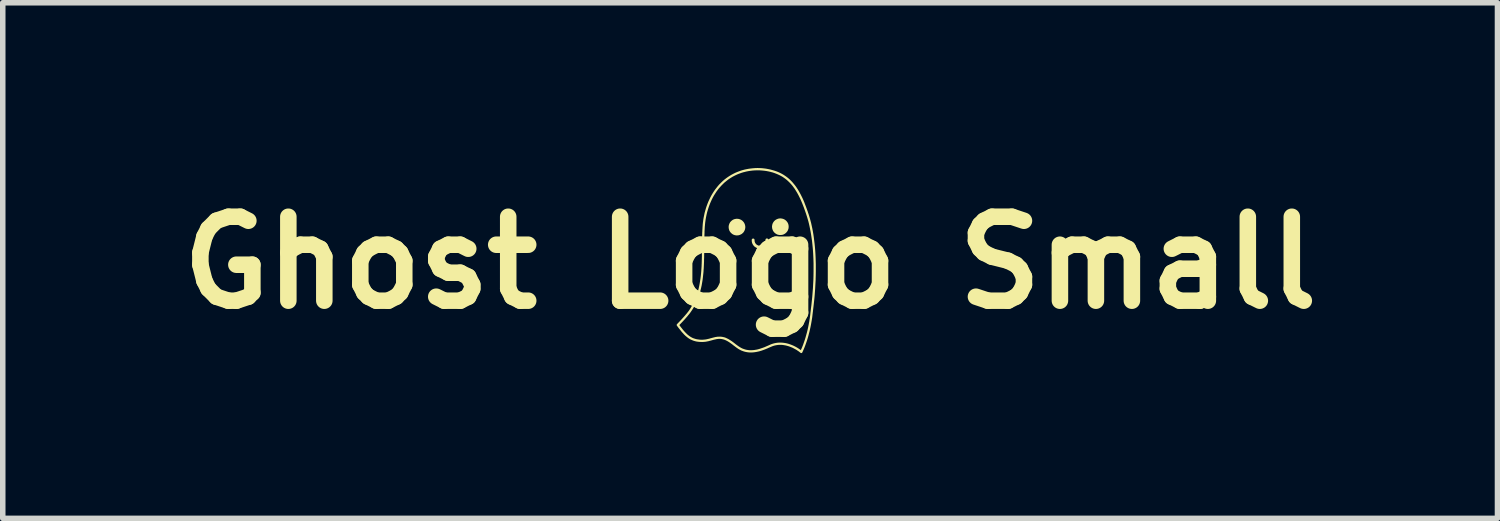
<source format=kicad_pcb>
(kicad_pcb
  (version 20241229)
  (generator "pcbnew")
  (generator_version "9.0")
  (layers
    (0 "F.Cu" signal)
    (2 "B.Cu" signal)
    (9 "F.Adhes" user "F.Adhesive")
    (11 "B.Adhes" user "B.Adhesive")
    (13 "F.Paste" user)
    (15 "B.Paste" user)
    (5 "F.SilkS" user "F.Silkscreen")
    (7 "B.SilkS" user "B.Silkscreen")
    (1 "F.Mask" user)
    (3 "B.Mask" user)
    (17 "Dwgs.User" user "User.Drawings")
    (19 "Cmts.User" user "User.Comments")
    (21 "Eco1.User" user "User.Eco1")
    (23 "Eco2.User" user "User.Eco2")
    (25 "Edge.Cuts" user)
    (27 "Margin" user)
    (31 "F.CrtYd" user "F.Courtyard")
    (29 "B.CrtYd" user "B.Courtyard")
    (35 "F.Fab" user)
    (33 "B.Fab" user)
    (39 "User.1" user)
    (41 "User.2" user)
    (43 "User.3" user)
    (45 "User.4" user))
  (footprint "Ghost Logo Small"
    (layer "F.Cu")
    (at 10.566 1.719)
    (property "Reference" "Ghost Logo Small" (at 0 0 0) (layer "F.SilkS") (effects (font (size 1.524 1.524) (thickness 0.3))))
    (attr board_only exclude_from_pos_files exclude_from_bom)
    (fp_poly (pts (xy 0.558 -0.804) (xy 0.573 -0.802) (xy 0.588 -0.799) (xy 0.602 -0.795) (xy 0.616 -0.789) (xy 0.629 -0.782) (xy 0.642 -0.773) (xy 0.653 -0.763) (xy 0.657 -0.76) (xy 0.667 -0.748) (xy 0.676 -0.736) (xy 0.684 -0.723) (xy 0.69 -0.709) (xy 0.695 -0.695) (xy 0.698 -0.68) (xy 0.7 -0.665) (xy 0.7 -0.65) (xy 0.699 -0.635) (xy 0.697 -0.62) (xy 0.692 -0.605) (xy 0.687 -0.591) (xy 0.684 -0.584) (xy 0.679 -0.576) (xy 0.674 -0.568) (xy 0.669 -0.561) (xy 0.663 -0.555) (xy 0.657 -0.547) (xy 0.656 -0.546) (xy 0.644 -0.536) (xy 0.633 -0.527) (xy 0.62 -0.52) (xy 0.607 -0.513) (xy 0.599 -0.51) (xy 0.591 -0.508) (xy 0.584 -0.506) (xy 0.576 -0.505) (xy 0.569 -0.504) (xy 0.56 -0.503) (xy 0.553 -0.503) (xy 0.547 -0.503) (xy 0.542 -0.503) (xy 0.537 -0.503) (xy 0.533 -0.503) (xy 0.53 -0.503) (xy 0.53 -0.503) (xy 0.521 -0.505) (xy 0.512 -0.507) (xy 0.503 -0.509) (xy 0.5 -0.51) (xy 0.485 -0.516) (xy 0.472 -0.524) (xy 0.459 -0.532) (xy 0.447 -0.542) (xy 0.437 -0.552) (xy 0.427 -0.564) (xy 0.419 -0.576) (xy 0.412 -0.59) (xy 0.407 -0.604) (xy 0.402 -0.618) (xy 0.4 -0.633) (xy 0.398 -0.648) (xy 0.398 -0.659) (xy 0.4 -0.675) (xy 0.403 -0.691) (xy 0.407 -0.705) (xy 0.413 -0.719) (xy 0.421 -0.733) (xy 0.429 -0.745) (xy 0.439 -0.757) (xy 0.45 -0.767) (xy 0.462 -0.777) (xy 0.476 -0.785) (xy 0.484 -0.789) (xy 0.498 -0.795) (xy 0.513 -0.8) (xy 0.528 -0.803) (xy 0.543 -0.804)) (stroke (width 0) (type solid)) (fill yes) (layer "F.SilkS"))
    (fp_poly (pts (xy -0.229 -0.797) (xy -0.213 -0.796) (xy -0.198 -0.792) (xy -0.19 -0.79) (xy -0.184 -0.788) (xy -0.176 -0.784) (xy -0.169 -0.781) (xy -0.161 -0.777) (xy -0.155 -0.773) (xy -0.151 -0.77) (xy -0.145 -0.766) (xy -0.139 -0.761) (xy -0.133 -0.755) (xy -0.128 -0.749) (xy -0.122 -0.744) (xy -0.12 -0.74) (xy -0.11 -0.728) (xy -0.103 -0.714) (xy -0.097 -0.7) (xy -0.092 -0.685) (xy -0.089 -0.67) (xy -0.087 -0.655) (xy -0.087 -0.639) (xy -0.089 -0.624) (xy -0.092 -0.608) (xy -0.095 -0.598) (xy -0.101 -0.584) (xy -0.108 -0.57) (xy -0.116 -0.557) (xy -0.126 -0.545) (xy -0.137 -0.535) (xy -0.148 -0.525) (xy -0.161 -0.517) (xy -0.175 -0.51) (xy -0.189 -0.504) (xy -0.205 -0.499) (xy -0.208 -0.499) (xy -0.212 -0.498) (xy -0.216 -0.497) (xy -0.22 -0.497) (xy -0.224 -0.497) (xy -0.229 -0.496) (xy -0.235 -0.496) (xy -0.24 -0.496) (xy -0.245 -0.496) (xy -0.249 -0.496) (xy -0.252 -0.496) (xy -0.254 -0.496) (xy -0.254 -0.496) (xy -0.262 -0.498) (xy -0.27 -0.499) (xy -0.276 -0.5) (xy -0.282 -0.502) (xy -0.282 -0.502) (xy -0.297 -0.507) (xy -0.311 -0.514) (xy -0.324 -0.522) (xy -0.336 -0.532) (xy -0.347 -0.542) (xy -0.357 -0.553) (xy -0.366 -0.566) (xy -0.374 -0.579) (xy -0.38 -0.594) (xy -0.384 -0.609) (xy -0.386 -0.616) (xy -0.387 -0.623) (xy -0.388 -0.632) (xy -0.389 -0.64) (xy -0.389 -0.649) (xy -0.389 -0.658) (xy -0.388 -0.665) (xy -0.386 -0.68) (xy -0.381 -0.695) (xy -0.376 -0.709) (xy -0.369 -0.723) (xy -0.361 -0.736) (xy -0.351 -0.747) (xy -0.34 -0.758) (xy -0.328 -0.768) (xy -0.316 -0.777) (xy -0.304 -0.783) (xy -0.29 -0.789) (xy -0.275 -0.793) (xy -0.26 -0.796) (xy -0.244 -0.798)) (stroke (width 0) (type solid)) (fill yes) (layer "F.SilkS"))
    (fp_poly (pts (xy 0.313 -0.44) (xy 0.318 -0.437) (xy 0.323 -0.434) (xy 0.324 -0.432) (xy 0.326 -0.43) (xy 0.328 -0.427) (xy 0.329 -0.424) (xy 0.33 -0.421) (xy 0.33 -0.419) (xy 0.33 -0.415) (xy 0.33 -0.415) (xy 0.33 -0.408) (xy 0.329 -0.399) (xy 0.328 -0.39) (xy 0.326 -0.381) (xy 0.324 -0.371) (xy 0.321 -0.362) (xy 0.319 -0.355) (xy 0.313 -0.34) (xy 0.307 -0.326) (xy 0.299 -0.314) (xy 0.29 -0.302) (xy 0.28 -0.292) (xy 0.27 -0.282) (xy 0.258 -0.275) (xy 0.248 -0.27) (xy 0.235 -0.264) (xy 0.22 -0.26) (xy 0.205 -0.257) (xy 0.189 -0.256) (xy 0.173 -0.256) (xy 0.167 -0.257) (xy 0.152 -0.259) (xy 0.137 -0.263) (xy 0.123 -0.268) (xy 0.109 -0.274) (xy 0.096 -0.282) (xy 0.084 -0.29) (xy 0.073 -0.3) (xy 0.067 -0.307) (xy 0.057 -0.319) (xy 0.049 -0.332) (xy 0.042 -0.346) (xy 0.036 -0.361) (xy 0.033 -0.376) (xy 0.03 -0.391) (xy 0.03 -0.407) (xy 0.03 -0.408) (xy 0.03 -0.413) (xy 0.03 -0.416) (xy 0.03 -0.419) (xy 0.031 -0.421) (xy 0.031 -0.423) (xy 0.032 -0.424) (xy 0.032 -0.425) (xy 0.036 -0.43) (xy 0.04 -0.434) (xy 0.045 -0.437) (xy 0.051 -0.438) (xy 0.056 -0.439) (xy 0.062 -0.438) (xy 0.067 -0.436) (xy 0.072 -0.433) (xy 0.076 -0.428) (xy 0.078 -0.425) (xy 0.079 -0.423) (xy 0.08 -0.421) (xy 0.08 -0.419) (xy 0.081 -0.417) (xy 0.081 -0.414) (xy 0.081 -0.41) (xy 0.081 -0.405) (xy 0.082 -0.396) (xy 0.083 -0.387) (xy 0.084 -0.38) (xy 0.087 -0.373) (xy 0.09 -0.365) (xy 0.092 -0.361) (xy 0.098 -0.351) (xy 0.106 -0.341) (xy 0.114 -0.333) (xy 0.124 -0.325) (xy 0.135 -0.319) (xy 0.146 -0.314) (xy 0.158 -0.31) (xy 0.17 -0.308) (xy 0.183 -0.307) (xy 0.195 -0.308) (xy 0.206 -0.31) (xy 0.216 -0.312) (xy 0.225 -0.316) (xy 0.233 -0.32) (xy 0.241 -0.326) (xy 0.246 -0.331) (xy 0.253 -0.339) (xy 0.259 -0.348) (xy 0.265 -0.358) (xy 0.27 -0.37) (xy 0.273 -0.383) (xy 0.277 -0.397) (xy 0.279 -0.412) (xy 0.28 -0.419) (xy 0.281 -0.424) (xy 0.283 -0.429) (xy 0.285 -0.432) (xy 0.288 -0.435) (xy 0.292 -0.437) (xy 0.295 -0.439) (xy 0.3 -0.44) (xy 0.307 -0.441)) (stroke (width 0) (type solid)) (fill yes) (layer "F.SilkS"))
    (fp_poly (pts (xy 0.175 -1.718) (xy 0.214 -1.716) (xy 0.253 -1.712) (xy 0.291 -1.707) (xy 0.329 -1.7) (xy 0.367 -1.692) (xy 0.404 -1.682) (xy 0.441 -1.671) (xy 0.477 -1.659) (xy 0.513 -1.645) (xy 0.521 -1.641) (xy 0.551 -1.627) (xy 0.58 -1.612) (xy 0.609 -1.595) (xy 0.636 -1.577) (xy 0.663 -1.558) (xy 0.69 -1.537) (xy 0.715 -1.515) (xy 0.74 -1.491) (xy 0.764 -1.466) (xy 0.787 -1.439) (xy 0.81 -1.411) (xy 0.832 -1.382) (xy 0.853 -1.351) (xy 0.87 -1.324) (xy 0.885 -1.299) (xy 0.9 -1.272) (xy 0.915 -1.245) (xy 0.929 -1.217) (xy 0.944 -1.187) (xy 0.958 -1.157) (xy 0.972 -1.125) (xy 0.986 -1.091) (xy 0.999 -1.056) (xy 1.013 -1.02) (xy 1.027 -0.982) (xy 1.028 -0.979) (xy 1.037 -0.953) (xy 1.046 -0.929) (xy 1.053 -0.906) (xy 1.061 -0.884) (xy 1.068 -0.863) (xy 1.074 -0.842) (xy 1.08 -0.822) (xy 1.086 -0.803) (xy 1.091 -0.783) (xy 1.095 -0.769) (xy 1.108 -0.72) (xy 1.119 -0.67) (xy 1.13 -0.619) (xy 1.14 -0.567) (xy 1.149 -0.513) (xy 1.157 -0.458) (xy 1.164 -0.401) (xy 1.171 -0.344) (xy 1.177 -0.285) (xy 1.182 -0.225) (xy 1.186 -0.164) (xy 1.189 -0.102) (xy 1.191 -0.039) (xy 1.193 0.025) (xy 1.193 0.09) (xy 1.193 0.156) (xy 1.192 0.223) (xy 1.19 0.291) (xy 1.19 0.31) (xy 1.187 0.363) (xy 1.184 0.418) (xy 1.181 0.473) (xy 1.177 0.529) (xy 1.173 0.585) (xy 1.168 0.64) (xy 1.162 0.696) (xy 1.156 0.75) (xy 1.15 0.803) (xy 1.144 0.852) (xy 1.143 0.86) (xy 1.142 0.869) (xy 1.141 0.879) (xy 1.14 0.888) (xy 1.139 0.897) (xy 1.138 0.902) (xy 1.133 0.945) (xy 1.128 0.989) (xy 1.121 1.034) (xy 1.113 1.08) (xy 1.105 1.125) (xy 1.096 1.17) (xy 1.086 1.215) (xy 1.076 1.259) (xy 1.072 1.272) (xy 1.06 1.32) (xy 1.047 1.366) (xy 1.033 1.411) (xy 1.018 1.455) (xy 1.003 1.497) (xy 0.987 1.539) (xy 0.97 1.579) (xy 0.957 1.608) (xy 0.954 1.615) (xy 0.951 1.621) (xy 0.949 1.626) (xy 0.947 1.63) (xy 0.945 1.632) (xy 0.944 1.635) (xy 0.942 1.636) (xy 0.94 1.637) (xy 0.938 1.638) (xy 0.938 1.639) (xy 0.934 1.64) (xy 0.929 1.64) (xy 0.925 1.64) (xy 0.925 1.64) (xy 0.923 1.64) (xy 0.921 1.639) (xy 0.92 1.638) (xy 0.918 1.637) (xy 0.915 1.635) (xy 0.912 1.632) (xy 0.907 1.629) (xy 0.906 1.628) (xy 0.886 1.612) (xy 0.865 1.598) (xy 0.843 1.583) (xy 0.82 1.57) (xy 0.796 1.557) (xy 0.773 1.545) (xy 0.757 1.538) (xy 0.729 1.527) (xy 0.702 1.517) (xy 0.674 1.509) (xy 0.647 1.502) (xy 0.619 1.497) (xy 0.593 1.493) (xy 0.566 1.491) (xy 0.539 1.491) (xy 0.513 1.492) (xy 0.488 1.495) (xy 0.466 1.499) (xy 0.455 1.501) (xy 0.444 1.504) (xy 0.434 1.506) (xy 0.424 1.51) (xy 0.413 1.513) (xy 0.403 1.517) (xy 0.391 1.522) (xy 0.379 1.527) (xy 0.365 1.533) (xy 0.36 1.535) (xy 0.334 1.546) (xy 0.311 1.557) (xy 0.288 1.566) (xy 0.266 1.575) (xy 0.245 1.583) (xy 0.225 1.59) (xy 0.205 1.597) (xy 0.187 1.602) (xy 0.168 1.608) (xy 0.15 1.612) (xy 0.132 1.616) (xy 0.114 1.62) (xy 0.111 1.62) (xy 0.087 1.624) (xy 0.062 1.627) (xy 0.038 1.629) (xy 0.014 1.629) (xy -0.01 1.629) (xy -0.033 1.627) (xy -0.041 1.626) (xy -0.067 1.622) (xy -0.091 1.617) (xy -0.115 1.61) (xy -0.138 1.602) (xy -0.161 1.593) (xy -0.183 1.582) (xy -0.205 1.569) (xy -0.209 1.567) (xy -0.216 1.563) (xy -0.223 1.558) (xy -0.23 1.553) (xy -0.237 1.548) (xy -0.245 1.543) (xy -0.253 1.537) (xy -0.262 1.53) (xy -0.272 1.523) (xy -0.283 1.514) (xy -0.295 1.505) (xy -0.297 1.504) (xy -0.311 1.493) (xy -0.323 1.483) (xy -0.335 1.474) (xy -0.346 1.467) (xy -0.356 1.459) (xy -0.365 1.453) (xy -0.374 1.447) (xy -0.382 1.441) (xy -0.391 1.436) (xy -0.399 1.431) (xy -0.407 1.426) (xy -0.415 1.422) (xy -0.418 1.42) (xy -0.438 1.41) (xy -0.458 1.401) (xy -0.478 1.394) (xy -0.498 1.389) (xy -0.518 1.385) (xy -0.537 1.383) (xy -0.557 1.382) (xy -0.576 1.383) (xy -0.584 1.384) (xy -0.592 1.385) (xy -0.601 1.386) (xy -0.61 1.388) (xy -0.619 1.389) (xy -0.629 1.392) (xy -0.64 1.394) (xy -0.652 1.397) (xy -0.665 1.4) (xy -0.679 1.404) (xy -0.694 1.408) (xy -0.697 1.409) (xy -0.715 1.414) (xy -0.731 1.418) (xy -0.747 1.422) (xy -0.761 1.426) (xy -0.775 1.428) (xy -0.788 1.431) (xy -0.8 1.433) (xy -0.812 1.435) (xy -0.824 1.436) (xy -0.835 1.437) (xy -0.847 1.438) (xy -0.859 1.438) (xy -0.866 1.439) (xy -0.895 1.438) (xy -0.922 1.437) (xy -0.949 1.434) (xy -0.975 1.43) (xy -1 1.424) (xy -1.024 1.417) (xy -1.047 1.408) (xy -1.07 1.398) (xy -1.092 1.387) (xy -1.113 1.374) (xy -1.126 1.365) (xy -1.138 1.356) (xy -1.149 1.347) (xy -1.161 1.337) (xy -1.173 1.327) (xy -1.185 1.315) (xy -1.198 1.303) (xy -1.21 1.289) (xy -1.223 1.275) (xy -1.237 1.26) (xy -1.251 1.243) (xy -1.265 1.225) (xy -1.28 1.206) (xy -1.296 1.186) (xy -1.304 1.176) (xy -1.309 1.168) (xy -1.314 1.162) (xy -1.319 1.156) (xy -1.322 1.152) (xy -1.325 1.148) (xy -1.327 1.145) (xy -1.328 1.143) (xy -1.33 1.141) (xy -1.33 1.139) (xy -1.331 1.138) (xy -1.331 1.137) (xy -1.332 1.136) (xy -1.332 1.133) (xy -1.284 1.133) (xy -1.283 1.134) (xy -1.282 1.136) (xy -1.28 1.139) (xy -1.277 1.142) (xy -1.274 1.146) (xy -1.257 1.169) (xy -1.239 1.191) (xy -1.223 1.212) (xy -1.207 1.231) (xy -1.191 1.249) (xy -1.176 1.265) (xy -1.161 1.28) (xy -1.147 1.294) (xy -1.134 1.306) (xy -1.12 1.317) (xy -1.11 1.325) (xy -1.092 1.338) (xy -1.074 1.349) (xy -1.056 1.359) (xy -1.038 1.368) (xy -1.018 1.375) (xy -0.999 1.381) (xy -0.978 1.387) (xy -0.956 1.391) (xy -0.933 1.394) (xy -0.928 1.395) (xy -0.908 1.397) (xy -0.888 1.398) (xy -0.868 1.398) (xy -0.848 1.397) (xy -0.828 1.395) (xy -0.808 1.393) (xy -0.787 1.389) (xy -0.765 1.384) (xy -0.751 1.381) (xy -0.747 1.38) (xy -0.742 1.379) (xy -0.736 1.377) (xy -0.73 1.375) (xy -0.722 1.373) (xy -0.714 1.371) (xy -0.706 1.369) (xy -0.7 1.367) (xy -0.687 1.364) (xy -0.675 1.36) (xy -0.664 1.358) (xy -0.654 1.355) (xy -0.645 1.353) (xy -0.637 1.351) (xy -0.629 1.349) (xy -0.621 1.348) (xy -0.614 1.347) (xy -0.607 1.346) (xy -0.599 1.344) (xy -0.598 1.344) (xy -0.592 1.344) (xy -0.585 1.343) (xy -0.576 1.343) (xy -0.567 1.342) (xy -0.558 1.342) (xy -0.549 1.342) (xy -0.541 1.342) (xy -0.534 1.342) (xy -0.528 1.343) (xy -0.509 1.345) (xy -0.49 1.349) (xy -0.471 1.353) (xy -0.452 1.359) (xy -0.433 1.367) (xy -0.414 1.376) (xy -0.394 1.386) (xy -0.374 1.398) (xy -0.355 1.41) (xy -0.349 1.414) (xy -0.343 1.418) (xy -0.337 1.422) (xy -0.33 1.426) (xy -0.324 1.431) (xy -0.317 1.436) (xy -0.309 1.442) (xy -0.301 1.448) (xy -0.291 1.456) (xy -0.281 1.464) (xy -0.276 1.467) (xy -0.264 1.477) (xy -0.253 1.486) (xy -0.242 1.493) (xy -0.233 1.5) (xy -0.225 1.506) (xy -0.217 1.512) (xy -0.209 1.517) (xy -0.202 1.522) (xy -0.195 1.526) (xy -0.189 1.531) (xy -0.182 1.535) (xy -0.181 1.535) (xy -0.16 1.547) (xy -0.138 1.558) (xy -0.115 1.566) (xy -0.092 1.574) (xy -0.069 1.58) (xy -0.044 1.584) (xy -0.019 1.587) (xy -0.007 1.588) (xy 0.002 1.588) (xy 0.011 1.588) (xy 0.022 1.588) (xy 0.033 1.588) (xy 0.043 1.587) (xy 0.053 1.587) (xy 0.055 1.586) (xy 0.072 1.585) (xy 0.09 1.582) (xy 0.108 1.579) (xy 0.126 1.576) (xy 0.145 1.571) (xy 0.164 1.566) (xy 0.184 1.56) (xy 0.204 1.553) (xy 0.225 1.546) (xy 0.248 1.538) (xy 0.271 1.529) (xy 0.295 1.518) (xy 0.321 1.507) (xy 0.346 1.496) (xy 0.357 1.491) (xy 0.366 1.487) (xy 0.375 1.483) (xy 0.383 1.48) (xy 0.39 1.477) (xy 0.397 1.475) (xy 0.405 1.472) (xy 0.413 1.47) (xy 0.418 1.468) (xy 0.445 1.461) (xy 0.471 1.456) (xy 0.498 1.452) (xy 0.526 1.45) (xy 0.553 1.45) (xy 0.581 1.451) (xy 0.609 1.454) (xy 0.638 1.458) (xy 0.667 1.464) (xy 0.696 1.472) (xy 0.697 1.472) (xy 0.724 1.481) (xy 0.751 1.491) (xy 0.778 1.502) (xy 0.805 1.515) (xy 0.832 1.529) (xy 0.858 1.544) (xy 0.883 1.56) (xy 0.907 1.577) (xy 0.909 1.578) (xy 0.913 1.581) (xy 0.917 1.584) (xy 0.919 1.585) (xy 0.921 1.586) (xy 0.922 1.587) (xy 0.922 1.586) (xy 0.923 1.584) (xy 0.924 1.581) (xy 0.926 1.577) (xy 0.928 1.572) (xy 0.929 1.57) (xy 0.946 1.531) (xy 0.962 1.49) (xy 0.977 1.447) (xy 0.992 1.404) (xy 1.006 1.359) (xy 1.019 1.312) (xy 1.032 1.265) (xy 1.044 1.216) (xy 1.055 1.167) (xy 1.057 1.155) (xy 1.063 1.127) (xy 1.068 1.098) (xy 1.074 1.068) (xy 1.078 1.039) (xy 1.083 1.01) (xy 1.087 0.981) (xy 1.091 0.953) (xy 1.094 0.926) (xy 1.097 0.9) (xy 1.097 0.899) (xy 1.098 0.893) (xy 1.099 0.885) (xy 1.1 0.877) (xy 1.101 0.868) (xy 1.102 0.859) (xy 1.103 0.851) (xy 1.103 0.845) (xy 1.113 0.768) (xy 1.121 0.69) (xy 1.129 0.613) (xy 1.135 0.536) (xy 1.141 0.459) (xy 1.145 0.383) (xy 1.149 0.308) (xy 1.151 0.233) (xy 1.152 0.159) (xy 1.152 0.086) (xy 1.152 0.014) (xy 1.15 -0.057) (xy 1.148 -0.106) (xy 1.145 -0.167) (xy 1.141 -0.226) (xy 1.136 -0.284) (xy 1.13 -0.342) (xy 1.124 -0.398) (xy 1.116 -0.453) (xy 1.108 -0.507) (xy 1.099 -0.56) (xy 1.089 -0.611) (xy 1.079 -0.661) (xy 1.068 -0.71) (xy 1.056 -0.758) (xy 1.046 -0.791) (xy 1.041 -0.809) (xy 1.035 -0.828) (xy 1.029 -0.848) (xy 1.022 -0.869) (xy 1.015 -0.891) (xy 1.007 -0.914) (xy 0.999 -0.937) (xy 0.991 -0.96) (xy 0.983 -0.982) (xy 0.975 -1.005) (xy 0.966 -1.027) (xy 0.963 -1.036) (xy 0.947 -1.076) (xy 0.931 -1.114) (xy 0.915 -1.151) (xy 0.898 -1.186) (xy 0.881 -1.22) (xy 0.864 -1.252) (xy 0.846 -1.283) (xy 0.828 -1.312) (xy 0.81 -1.341) (xy 0.791 -1.367) (xy 0.772 -1.393) (xy 0.752 -1.417) (xy 0.731 -1.44) (xy 0.71 -1.462) (xy 0.689 -1.482) (xy 0.667 -1.502) (xy 0.644 -1.52) (xy 0.642 -1.522) (xy 0.617 -1.54) (xy 0.591 -1.558) (xy 0.563 -1.574) (xy 0.534 -1.589) (xy 0.504 -1.603) (xy 0.473 -1.616) (xy 0.441 -1.628) (xy 0.408 -1.639) (xy 0.373 -1.648) (xy 0.371 -1.649) (xy 0.335 -1.657) (xy 0.299 -1.664) (xy 0.263 -1.669) (xy 0.227 -1.673) (xy 0.19 -1.676) (xy 0.164 -1.677) (xy 0.123 -1.677) (xy 0.083 -1.676) (xy 0.044 -1.673) (xy 0.004 -1.668) (xy -0.035 -1.662) (xy -0.074 -1.654) (xy -0.112 -1.644) (xy -0.115 -1.644) (xy -0.152 -1.633) (xy -0.188 -1.62) (xy -0.223 -1.607) (xy -0.258 -1.591) (xy -0.291 -1.575) (xy -0.324 -1.557) (xy -0.356 -1.537) (xy -0.387 -1.517) (xy -0.417 -1.494) (xy -0.443 -1.473) (xy -0.463 -1.457) (xy -0.482 -1.439) (xy -0.501 -1.42) (xy -0.52 -1.401) (xy -0.538 -1.381) (xy -0.555 -1.362) (xy -0.561 -1.356) (xy -0.585 -1.325) (xy -0.609 -1.293) (xy -0.631 -1.259) (xy -0.653 -1.225) (xy -0.673 -1.19) (xy -0.692 -1.153) (xy -0.709 -1.116) (xy -0.726 -1.077) (xy -0.741 -1.038) (xy -0.755 -0.998) (xy -0.768 -0.957) (xy -0.78 -0.915) (xy -0.79 -0.873) (xy -0.799 -0.83) (xy -0.807 -0.786) (xy -0.813 -0.743) (xy -0.815 -0.73) (xy -0.816 -0.716) (xy -0.818 -0.702) (xy -0.819 -0.687) (xy -0.82 -0.672) (xy -0.822 -0.656) (xy -0.823 -0.639) (xy -0.824 -0.622) (xy -0.825 -0.604) (xy -0.826 -0.586) (xy -0.827 -0.566) (xy -0.827 -0.545) (xy -0.828 -0.524) (xy -0.829 -0.501) (xy -0.829 -0.477) (xy -0.83 -0.452) (xy -0.83 -0.426) (xy -0.831 -0.398) (xy -0.831 -0.369) (xy -0.832 -0.339) (xy -0.832 -0.307) (xy -0.832 -0.274) (xy -0.832 -0.264) (xy -0.833 -0.229) (xy -0.833 -0.195) (xy -0.833 -0.164) (xy -0.834 -0.133) (xy -0.834 -0.104) (xy -0.835 -0.076) (xy -0.836 -0.05) (xy -0.836 -0.024) (xy -0.837 0.000058) (xy -0.838 0.024) (xy -0.839 0.046) (xy -0.84 0.068) (xy -0.841 0.089) (xy -0.842 0.11) (xy -0.844 0.129) (xy -0.845 0.149) (xy -0.846 0.168) (xy -0.848 0.187) (xy -0.85 0.205) (xy -0.852 0.223) (xy -0.854 0.241) (xy -0.856 0.26) (xy -0.857 0.269) (xy -0.863 0.317) (xy -0.871 0.365) (xy -0.879 0.411) (xy -0.889 0.456) (xy -0.9 0.5) (xy -0.911 0.542) (xy -0.924 0.584) (xy -0.938 0.624) (xy -0.952 0.663) (xy -0.968 0.701) (xy -0.985 0.738) (xy -1.003 0.774) (xy -1.022 0.809) (xy -1.043 0.843) (xy -1.064 0.875) (xy -1.08 0.898) (xy -1.089 0.911) (xy -1.099 0.924) (xy -1.111 0.939) (xy -1.124 0.954) (xy -1.137 0.971) (xy -1.152 0.988) (xy -1.168 1.006) (xy -1.184 1.025) (xy -1.202 1.044) (xy -1.22 1.064) (xy -1.239 1.084) (xy -1.259 1.105) (xy -1.271 1.117) (xy -1.276 1.123) (xy -1.28 1.127) (xy -1.282 1.13) (xy -1.284 1.132) (xy -1.284 1.133) (xy -1.332 1.133) (xy -1.333 1.132) (xy -1.333 1.129) (xy -1.332 1.126) (xy -1.331 1.123) (xy -1.331 1.122) (xy -1.33 1.121) (xy -1.33 1.119) (xy -1.328 1.118) (xy -1.326 1.116) (xy -1.324 1.113) (xy -1.321 1.109) (xy -1.317 1.105) (xy -1.312 1.1) (xy -1.31 1.098) (xy -1.289 1.076) (xy -1.268 1.054) (xy -1.249 1.034) (xy -1.231 1.014) (xy -1.213 0.994) (xy -1.197 0.976) (xy -1.181 0.958) (xy -1.167 0.941) (xy -1.153 0.925) (xy -1.141 0.91) (xy -1.13 0.896) (xy -1.12 0.883) (xy -1.114 0.875) (xy -1.093 0.845) (xy -1.074 0.814) (xy -1.056 0.783) (xy -1.038 0.751) (xy -1.022 0.718) (xy -1.006 0.685) (xy -0.991 0.65) (xy -0.978 0.614) (xy -0.965 0.577) (xy -0.953 0.54) (xy -0.942 0.501) (xy -0.932 0.461) (xy -0.923 0.42) (xy -0.915 0.377) (xy -0.908 0.333) (xy -0.901 0.289) (xy -0.895 0.242) (xy -0.89 0.195) (xy -0.886 0.148) (xy -0.885 0.133) (xy -0.884 0.118) (xy -0.883 0.103) (xy -0.882 0.088) (xy -0.881 0.073) (xy -0.88 0.057) (xy -0.88 0.041) (xy -0.879 0.025) (xy -0.878 0.009) (xy -0.878 -0.008) (xy -0.877 -0.026) (xy -0.877 -0.045) (xy -0.876 -0.064) (xy -0.876 -0.085) (xy -0.875 -0.106) (xy -0.875 -0.128) (xy -0.875 -0.152) (xy -0.874 -0.177) (xy -0.874 -0.203) (xy -0.874 -0.231) (xy -0.873 -0.26) (xy -0.873 -0.266) (xy -0.873 -0.293) (xy -0.873 -0.318) (xy -0.873 -0.341) (xy -0.872 -0.363) (xy -0.872 -0.384) (xy -0.872 -0.403) (xy -0.872 -0.422) (xy -0.871 -0.439) (xy -0.871 -0.456) (xy -0.871 -0.472) (xy -0.87 -0.487) (xy -0.87 -0.502) (xy -0.869 -0.516) (xy -0.869 -0.529) (xy -0.869 -0.542) (xy -0.868 -0.555) (xy -0.867 -0.568) (xy -0.867 -0.581) (xy -0.866 -0.594) (xy -0.866 -0.6) (xy -0.864 -0.625) (xy -0.863 -0.649) (xy -0.861 -0.672) (xy -0.86 -0.693) (xy -0.858 -0.713) (xy -0.856 -0.733) (xy -0.853 -0.752) (xy -0.851 -0.771) (xy -0.848 -0.789) (xy -0.845 -0.808) (xy -0.843 -0.818) (xy -0.834 -0.863) (xy -0.825 -0.906) (xy -0.813 -0.949) (xy -0.801 -0.991) (xy -0.787 -1.033) (xy -0.772 -1.073) (xy -0.756 -1.113) (xy -0.738 -1.151) (xy -0.72 -1.189) (xy -0.7 -1.226) (xy -0.679 -1.261) (xy -0.657 -1.296) (xy -0.634 -1.329) (xy -0.609 -1.361) (xy -0.587 -1.389) (xy -0.578 -1.399) (xy -0.569 -1.41) (xy -0.559 -1.421) (xy -0.548 -1.432) (xy -0.538 -1.442) (xy -0.527 -1.453) (xy -0.517 -1.463) (xy -0.507 -1.472) (xy -0.498 -1.481) (xy -0.496 -1.483) (xy -0.466 -1.509) (xy -0.435 -1.533) (xy -0.404 -1.555) (xy -0.372 -1.576) (xy -0.339 -1.596) (xy -0.305 -1.614) (xy -0.271 -1.631) (xy -0.236 -1.646) (xy -0.199 -1.66) (xy -0.163 -1.673) (xy -0.136 -1.681) (xy -0.098 -1.691) (xy -0.06 -1.699) (xy -0.021 -1.706) (xy 0.018 -1.711) (xy 0.057 -1.715) (xy 0.096 -1.718) (xy 0.136 -1.719)) (stroke (width 0) (type solid)) (fill yes) (layer "F.SilkS")))
  (gr_rect
    (start -3 -3)
    (end 24.133 6.359)
    (stroke (width 0.1) (type default))
    (fill no)
    (layer "Edge.Cuts")))
</source>
